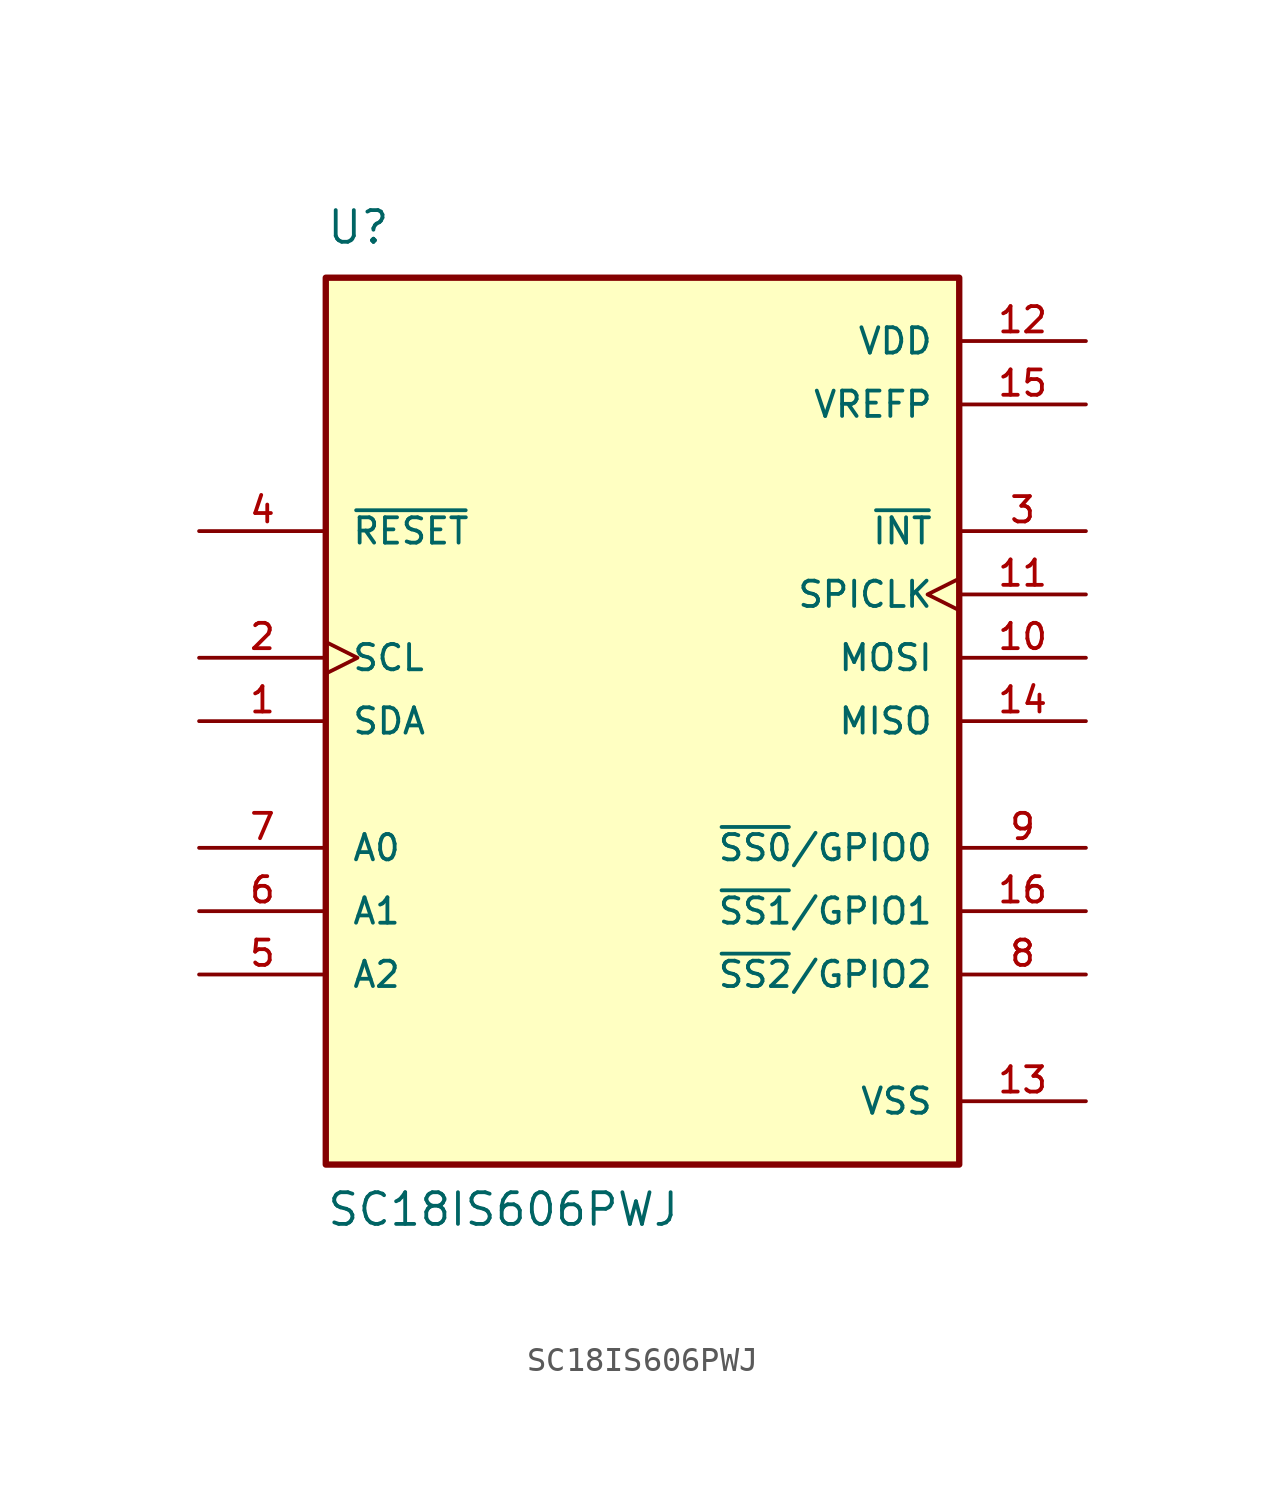
<source format=kicad_sym>
(kicad_symbol_lib
  (version 20211014)
  (generator kicad_symbol_editor)
  (symbol "SC18IS606PWJ"
    (pin_names
      (offset 1.016))
    (property "Reference" "U"
      (at -12.704 19.058 0)
      (effects (font (size 1.27 1.27)) (justify bottom left)))
    (property "Value" "SC18IS606PWJ"
      (at -12.701 -20.323 0)
      (effects (font (size 1.27 1.27)) (justify bottom left)))
    (symbol "SC18IS606PWJ_0_0"
      (rectangle (start -12.7 -17.78) (end 12.7 17.78) (stroke (width 0.254)) (fill (type background)))
      (pin bidirectional line (at 17.78 -5.08 180.0) (length 5.08) (name "~{SS0}/GPIO0" (effects (font (size 1.016 1.016)))) (number "9" (effects (font (size 1.016 1.016)))))
      (pin bidirectional line (at 17.78 -7.62 180.0) (length 5.08) (name "~{SS1}/GPIO1" (effects (font (size 1.016 1.016)))) (number "16" (effects (font (size 1.016 1.016)))))
      (pin input line (at -17.78 7.62 0) (length 5.08) (name "~{RESET}" (effects (font (size 1.016 1.016)))) (number "4" (effects (font (size 1.016 1.016)))))
      (pin power_in line (at 17.78 -15.24 180.0) (length 5.08) (name "VSS" (effects (font (size 1.016 1.016)))) (number "13" (effects (font (size 1.016 1.016)))))
      (pin input line (at 17.78 0.0 180.0) (length 5.08) (name "MISO" (effects (font (size 1.016 1.016)))) (number "14" (effects (font (size 1.016 1.016)))))
      (pin output line (at 17.78 2.54 180.0) (length 5.08) (name "MOSI" (effects (font (size 1.016 1.016)))) (number "10" (effects (font (size 1.016 1.016)))))
      (pin bidirectional line (at -17.78 0.0 0) (length 5.08) (name "SDA" (effects (font (size 1.016 1.016)))) (number "1" (effects (font (size 1.016 1.016)))))
      (pin input clock (at -17.78 2.54 0) (length 5.08) (name "SCL" (effects (font (size 1.016 1.016)))) (number "2" (effects (font (size 1.016 1.016)))))
      (pin output line (at 17.78 7.62 180.0) (length 5.08) (name "~{INT}" (effects (font (size 1.016 1.016)))) (number "3" (effects (font (size 1.016 1.016)))))
      (pin bidirectional line (at 17.78 -10.16 180.0) (length 5.08) (name "~{SS2}/GPIO2" (effects (font (size 1.016 1.016)))) (number "8" (effects (font (size 1.016 1.016)))))
      (pin output clock (at 17.78 5.08 180.0) (length 5.08) (name "SPICLK" (effects (font (size 1.016 1.016)))) (number "11" (effects (font (size 1.016 1.016)))))
      (pin power_in line (at 17.78 15.24 180.0) (length 5.08) (name "VDD" (effects (font (size 1.016 1.016)))) (number "12" (effects (font (size 1.016 1.016)))))
      (pin power_in line (at 17.78 12.7 180.0) (length 5.08) (name "VREFP" (effects (font (size 1.016 1.016)))) (number "15" (effects (font (size 1.016 1.016)))))
      (pin input line (at -17.78 -5.08 0) (length 5.08) (name "A0" (effects (font (size 1.016 1.016)))) (number "7" (effects (font (size 1.016 1.016)))))
      (pin input line (at -17.78 -7.62 0) (length 5.08) (name "A1" (effects (font (size 1.016 1.016)))) (number "6" (effects (font (size 1.016 1.016)))))
      (pin input line (at -17.78 -10.16 0) (length 5.08) (name "A2" (effects (font (size 1.016 1.016)))) (number "5" (effects (font (size 1.016 1.016))))))))
</source>
